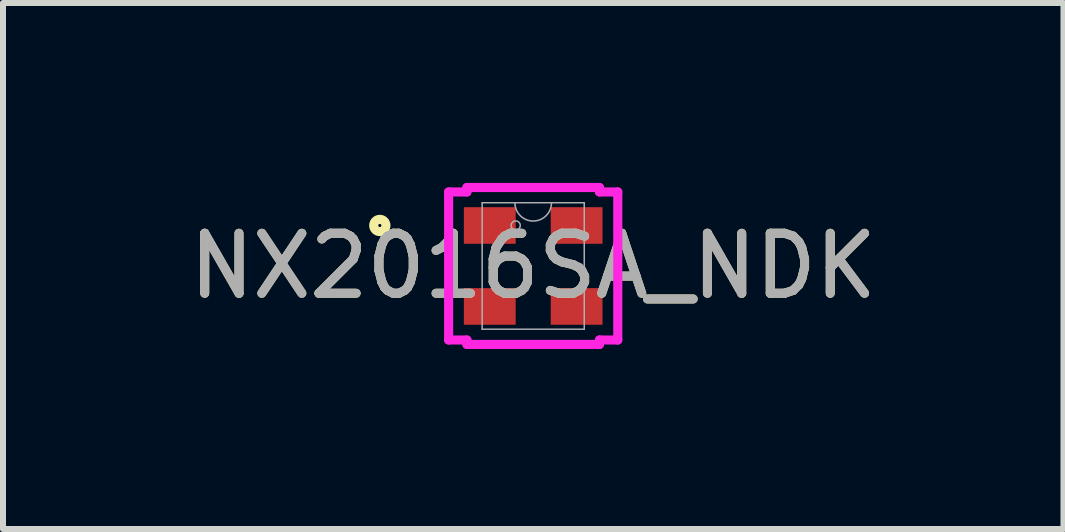
<source format=kicad_pcb>
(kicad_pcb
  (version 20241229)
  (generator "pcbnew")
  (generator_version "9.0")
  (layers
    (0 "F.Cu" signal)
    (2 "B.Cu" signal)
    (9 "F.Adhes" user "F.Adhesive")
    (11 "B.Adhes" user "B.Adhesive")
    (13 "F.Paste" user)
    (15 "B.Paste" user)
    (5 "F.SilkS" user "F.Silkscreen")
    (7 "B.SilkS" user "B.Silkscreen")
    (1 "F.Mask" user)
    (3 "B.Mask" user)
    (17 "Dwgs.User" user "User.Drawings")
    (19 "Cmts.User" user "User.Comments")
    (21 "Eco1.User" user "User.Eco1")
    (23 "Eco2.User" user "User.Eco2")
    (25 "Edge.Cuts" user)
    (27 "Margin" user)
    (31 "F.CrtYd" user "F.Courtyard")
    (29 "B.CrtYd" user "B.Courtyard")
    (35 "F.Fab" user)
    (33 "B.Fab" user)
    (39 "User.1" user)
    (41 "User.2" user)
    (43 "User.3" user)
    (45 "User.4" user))
  (footprint "NX2016SA_NDK"
    (layer "F.Cu")
    (at 5.839 1.384)
    (property "Reference" "NX2016SA_NDK" (at 0 0 0) (unlocked yes) (layer "F.SilkS") (effects (font (size 1 1) (thickness 0.15))))
    (attr smd)
    (fp_circle (center -2.557 -0.675) (end -2.455 -0.675) (stroke (width 0.152) (type solid)) (fill no) (layer "F.SilkS"))
    (fp_line (start -1.41 -1.234) (end -1.105 -1.234) (stroke (width 0.152) (type solid)) (layer "F.CrtYd"))
    (fp_line (start -1.41 1.234) (end -1.41 -1.234) (stroke (width 0.152) (type solid)) (layer "F.CrtYd"))
    (fp_line (start -1.41 1.234) (end -1.105 1.234) (stroke (width 0.152) (type solid)) (layer "F.CrtYd"))
    (fp_line (start -1.105 -1.308) (end 1.105 -1.308) (stroke (width 0.152) (type solid)) (layer "F.CrtYd"))
    (fp_line (start -1.105 -1.234) (end -1.105 -1.308) (stroke (width 0.152) (type solid)) (layer "F.CrtYd"))
    (fp_line (start -1.105 1.308) (end -1.105 1.234) (stroke (width 0.152) (type solid)) (layer "F.CrtYd"))
    (fp_line (start 1.105 -1.308) (end 1.105 -1.234) (stroke (width 0.152) (type solid)) (layer "F.CrtYd"))
    (fp_line (start 1.105 1.234) (end 1.105 1.308) (stroke (width 0.152) (type solid)) (layer "F.CrtYd"))
    (fp_line (start 1.105 1.308) (end -1.105 1.308) (stroke (width 0.152) (type solid)) (layer "F.CrtYd"))
    (fp_line (start 1.41 -1.234) (end 1.105 -1.234) (stroke (width 0.152) (type solid)) (layer "F.CrtYd"))
    (fp_line (start 1.41 -1.234) (end 1.41 1.234) (stroke (width 0.152) (type solid)) (layer "F.CrtYd"))
    (fp_line (start 1.41 1.234) (end 1.105 1.234) (stroke (width 0.152) (type solid)) (layer "F.CrtYd"))
    (fp_line (start -0.851 -1.054) (end -0.851 1.054) (stroke (width 0.025) (type solid)) (layer "F.Fab"))
    (fp_line (start -0.851 1.054) (end 0.851 1.054) (stroke (width 0.025) (type solid)) (layer "F.Fab"))
    (fp_line (start 0.851 -1.054) (end -0.851 -1.054) (stroke (width 0.025) (type solid)) (layer "F.Fab"))
    (fp_line (start 0.851 1.054) (end 0.851 -1.054) (stroke (width 0.025) (type solid)) (layer "F.Fab"))
    (fp_arc (start 0.3048 -1.0541) (mid 0 -0.7493) (end -0.3048 -1.0541) (stroke (width 0.0254) (type solid)) (layer "F.Fab"))
    (fp_circle (center -0.292 -0.675) (end -0.216 -0.675) (stroke (width 0.025) (type solid)) (fill no) (layer "F.Fab"))
    (fp_text user "${REFERENCE}" (at 0 0 0) (unlocked yes) (layer "F.Fab") (effects (font (size 1 1) (thickness 0.15))))
    (pad "1" smd rect (at -0.724 -0.675) (size 0.864 0.61) (layers "F.Cu" "F.Mask" "F.Paste"))
    (pad "2" smd rect (at -0.724 0.675) (size 0.864 0.61) (layers "F.Cu" "F.Mask" "F.Paste"))
    (pad "3" smd rect (at 0.724 0.675) (size 0.864 0.61) (layers "F.Cu" "F.Mask" "F.Paste"))
    (pad "4" smd rect (at 0.724 -0.675) (size 0.864 0.61) (layers "F.Cu" "F.Mask" "F.Paste")))
  (gr_rect
    (start -3 -3)
    (end 14.679 5.769)
    (stroke (width 0.1) (type default))
    (fill no)
    (layer "Edge.Cuts")))
</source>
